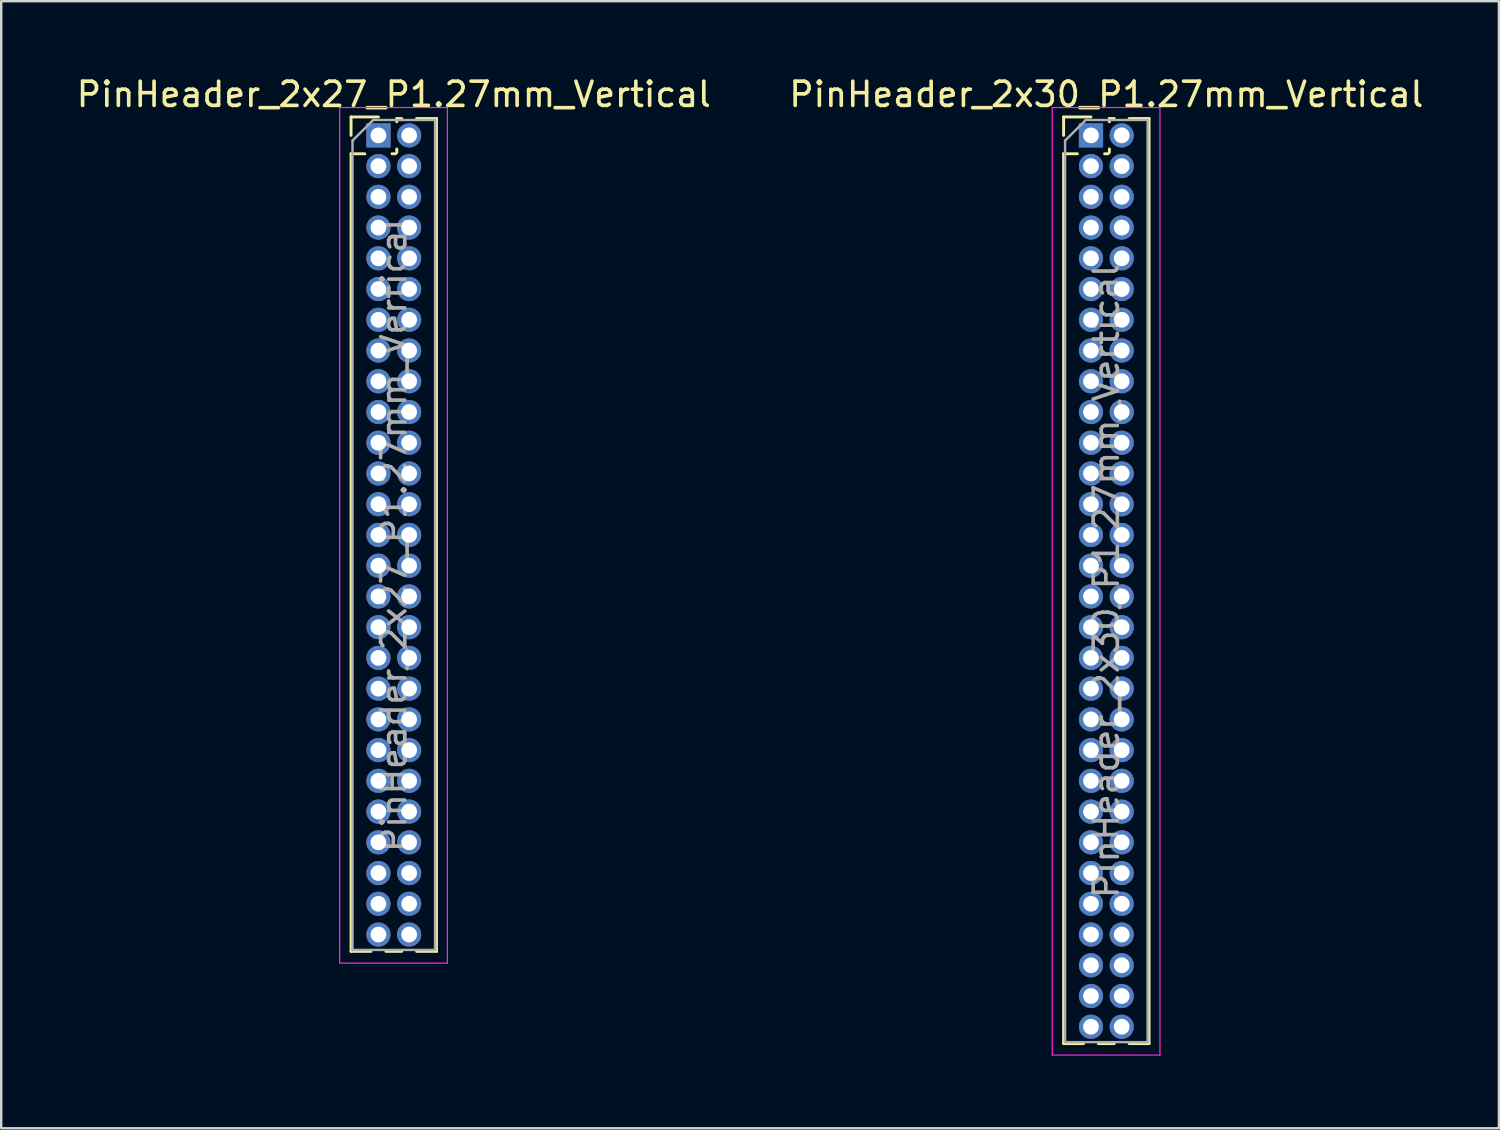
<source format=kicad_pcb>
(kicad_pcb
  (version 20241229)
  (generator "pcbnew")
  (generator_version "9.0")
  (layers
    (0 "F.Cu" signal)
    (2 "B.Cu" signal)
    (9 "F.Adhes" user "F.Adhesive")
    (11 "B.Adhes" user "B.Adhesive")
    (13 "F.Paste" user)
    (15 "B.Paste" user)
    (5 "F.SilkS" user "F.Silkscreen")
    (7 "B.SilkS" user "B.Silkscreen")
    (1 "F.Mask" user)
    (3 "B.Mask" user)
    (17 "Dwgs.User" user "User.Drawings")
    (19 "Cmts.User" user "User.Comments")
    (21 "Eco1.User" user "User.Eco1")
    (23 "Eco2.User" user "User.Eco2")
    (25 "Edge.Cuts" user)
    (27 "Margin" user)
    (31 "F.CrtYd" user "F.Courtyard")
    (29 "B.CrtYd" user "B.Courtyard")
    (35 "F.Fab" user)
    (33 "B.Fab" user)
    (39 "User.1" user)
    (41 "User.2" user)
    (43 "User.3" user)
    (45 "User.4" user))
  (footprint "PinHeader_2x30_P1.27mm_Vertical"
    (layer "F.Cu")
    (at 42.026 2.543)
    (property "Reference" "PinHeader_2x30_P1.27mm_Vertical" (at 0.635 -1.695 0) (layer "F.SilkS") (effects (font (size 1 1) (thickness 0.15))))
    (attr through_hole)
    (fp_line (start -1.13 -0.76) (end 0 -0.76) (stroke (width 0.12) (type solid)) (layer "F.SilkS"))
    (fp_line (start -1.13 0) (end -1.13 -0.76) (stroke (width 0.12) (type solid)) (layer "F.SilkS"))
    (fp_line (start -1.13 0.76) (end -1.13 37.525) (stroke (width 0.12) (type solid)) (layer "F.SilkS"))
    (fp_line (start -1.13 0.76) (end -0.563 0.76) (stroke (width 0.12) (type solid)) (layer "F.SilkS"))
    (fp_line (start -1.13 37.525) (end -0.308 37.525) (stroke (width 0.12) (type solid)) (layer "F.SilkS"))
    (fp_line (start 0.308 37.525) (end 0.962 37.525) (stroke (width 0.12) (type solid)) (layer "F.SilkS"))
    (fp_line (start 0.563 0.76) (end 0.707 0.76) (stroke (width 0.12) (type solid)) (layer "F.SilkS"))
    (fp_line (start 0.76 -0.695) (end 0.962 -0.695) (stroke (width 0.12) (type solid)) (layer "F.SilkS"))
    (fp_line (start 0.76 -0.563) (end 0.76 -0.695) (stroke (width 0.12) (type solid)) (layer "F.SilkS"))
    (fp_line (start 0.76 0.707) (end 0.76 0.563) (stroke (width 0.12) (type solid)) (layer "F.SilkS"))
    (fp_line (start 1.578 -0.695) (end 2.4 -0.695) (stroke (width 0.12) (type solid)) (layer "F.SilkS"))
    (fp_line (start 1.578 37.525) (end 2.4 37.525) (stroke (width 0.12) (type solid)) (layer "F.SilkS"))
    (fp_line (start 2.4 -0.695) (end 2.4 37.525) (stroke (width 0.12) (type solid)) (layer "F.SilkS"))
    (fp_line (start -1.6 -1.15) (end -1.6 38) (stroke (width 0.05) (type solid)) (layer "F.CrtYd"))
    (fp_line (start -1.6 38) (end 2.85 38) (stroke (width 0.05) (type solid)) (layer "F.CrtYd"))
    (fp_line (start 2.85 -1.15) (end -1.6 -1.15) (stroke (width 0.05) (type solid)) (layer "F.CrtYd"))
    (fp_line (start 2.85 38) (end 2.85 -1.15) (stroke (width 0.05) (type solid)) (layer "F.CrtYd"))
    (fp_line (start -1.07 0.217) (end -0.217 -0.635) (stroke (width 0.1) (type solid)) (layer "F.Fab"))
    (fp_line (start -1.07 37.465) (end -1.07 0.217) (stroke (width 0.1) (type solid)) (layer "F.Fab"))
    (fp_line (start -0.217 -0.635) (end 2.34 -0.635) (stroke (width 0.1) (type solid)) (layer "F.Fab"))
    (fp_line (start 2.34 -0.635) (end 2.34 37.465) (stroke (width 0.1) (type solid)) (layer "F.Fab"))
    (fp_line (start 2.34 37.465) (end -1.07 37.465) (stroke (width 0.1) (type solid)) (layer "F.Fab"))
    (fp_text user "${REFERENCE}" (at 0.635 18.415 90) (layer "F.Fab") (effects (font (size 1 1) (thickness 0.15))))
    (pad "1" thru_hole rect (at 0 0) (size 1 1) (drill 0.65) (layers "*.Cu" "*.Mask"))
    (pad "2" thru_hole oval (at 1.27 0) (size 1 1) (drill 0.65) (layers "*.Cu" "*.Mask"))
    (pad "3" thru_hole oval (at 0 1.27) (size 1 1) (drill 0.65) (layers "*.Cu" "*.Mask"))
    (pad "4" thru_hole oval (at 1.27 1.27) (size 1 1) (drill 0.65) (layers "*.Cu" "*.Mask"))
    (pad "5" thru_hole oval (at 0 2.54) (size 1 1) (drill 0.65) (layers "*.Cu" "*.Mask"))
    (pad "6" thru_hole oval (at 1.27 2.54) (size 1 1) (drill 0.65) (layers "*.Cu" "*.Mask"))
    (pad "7" thru_hole oval (at 0 3.81) (size 1 1) (drill 0.65) (layers "*.Cu" "*.Mask"))
    (pad "8" thru_hole oval (at 1.27 3.81) (size 1 1) (drill 0.65) (layers "*.Cu" "*.Mask"))
    (pad "9" thru_hole oval (at 0 5.08) (size 1 1) (drill 0.65) (layers "*.Cu" "*.Mask"))
    (pad "10" thru_hole oval (at 1.27 5.08) (size 1 1) (drill 0.65) (layers "*.Cu" "*.Mask"))
    (pad "11" thru_hole oval (at 0 6.35) (size 1 1) (drill 0.65) (layers "*.Cu" "*.Mask"))
    (pad "12" thru_hole oval (at 1.27 6.35) (size 1 1) (drill 0.65) (layers "*.Cu" "*.Mask"))
    (pad "13" thru_hole oval (at 0 7.62) (size 1 1) (drill 0.65) (layers "*.Cu" "*.Mask"))
    (pad "14" thru_hole oval (at 1.27 7.62) (size 1 1) (drill 0.65) (layers "*.Cu" "*.Mask"))
    (pad "15" thru_hole oval (at 0 8.89) (size 1 1) (drill 0.65) (layers "*.Cu" "*.Mask"))
    (pad "16" thru_hole oval (at 1.27 8.89) (size 1 1) (drill 0.65) (layers "*.Cu" "*.Mask"))
    (pad "17" thru_hole oval (at 0 10.16) (size 1 1) (drill 0.65) (layers "*.Cu" "*.Mask"))
    (pad "18" thru_hole oval (at 1.27 10.16) (size 1 1) (drill 0.65) (layers "*.Cu" "*.Mask"))
    (pad "19" thru_hole oval (at 0 11.43) (size 1 1) (drill 0.65) (layers "*.Cu" "*.Mask"))
    (pad "20" thru_hole oval (at 1.27 11.43) (size 1 1) (drill 0.65) (layers "*.Cu" "*.Mask"))
    (pad "21" thru_hole oval (at 0 12.7) (size 1 1) (drill 0.65) (layers "*.Cu" "*.Mask"))
    (pad "22" thru_hole oval (at 1.27 12.7) (size 1 1) (drill 0.65) (layers "*.Cu" "*.Mask"))
    (pad "23" thru_hole oval (at 0 13.97) (size 1 1) (drill 0.65) (layers "*.Cu" "*.Mask"))
    (pad "24" thru_hole oval (at 1.27 13.97) (size 1 1) (drill 0.65) (layers "*.Cu" "*.Mask"))
    (pad "25" thru_hole oval (at 0 15.24) (size 1 1) (drill 0.65) (layers "*.Cu" "*.Mask"))
    (pad "26" thru_hole oval (at 1.27 15.24) (size 1 1) (drill 0.65) (layers "*.Cu" "*.Mask"))
    (pad "27" thru_hole oval (at 0 16.51) (size 1 1) (drill 0.65) (layers "*.Cu" "*.Mask"))
    (pad "28" thru_hole oval (at 1.27 16.51) (size 1 1) (drill 0.65) (layers "*.Cu" "*.Mask"))
    (pad "29" thru_hole oval (at 0 17.78) (size 1 1) (drill 0.65) (layers "*.Cu" "*.Mask"))
    (pad "30" thru_hole oval (at 1.27 17.78) (size 1 1) (drill 0.65) (layers "*.Cu" "*.Mask"))
    (pad "31" thru_hole oval (at 0 19.05) (size 1 1) (drill 0.65) (layers "*.Cu" "*.Mask"))
    (pad "32" thru_hole oval (at 1.27 19.05) (size 1 1) (drill 0.65) (layers "*.Cu" "*.Mask"))
    (pad "33" thru_hole oval (at 0 20.32) (size 1 1) (drill 0.65) (layers "*.Cu" "*.Mask"))
    (pad "34" thru_hole oval (at 1.27 20.32) (size 1 1) (drill 0.65) (layers "*.Cu" "*.Mask"))
    (pad "35" thru_hole oval (at 0 21.59) (size 1 1) (drill 0.65) (layers "*.Cu" "*.Mask"))
    (pad "36" thru_hole oval (at 1.27 21.59) (size 1 1) (drill 0.65) (layers "*.Cu" "*.Mask"))
    (pad "37" thru_hole oval (at 0 22.86) (size 1 1) (drill 0.65) (layers "*.Cu" "*.Mask"))
    (pad "38" thru_hole oval (at 1.27 22.86) (size 1 1) (drill 0.65) (layers "*.Cu" "*.Mask"))
    (pad "39" thru_hole oval (at 0 24.13) (size 1 1) (drill 0.65) (layers "*.Cu" "*.Mask"))
    (pad "40" thru_hole oval (at 1.27 24.13) (size 1 1) (drill 0.65) (layers "*.Cu" "*.Mask"))
    (pad "41" thru_hole oval (at 0 25.4) (size 1 1) (drill 0.65) (layers "*.Cu" "*.Mask"))
    (pad "42" thru_hole oval (at 1.27 25.4) (size 1 1) (drill 0.65) (layers "*.Cu" "*.Mask"))
    (pad "43" thru_hole oval (at 0 26.67) (size 1 1) (drill 0.65) (layers "*.Cu" "*.Mask"))
    (pad "44" thru_hole oval (at 1.27 26.67) (size 1 1) (drill 0.65) (layers "*.Cu" "*.Mask"))
    (pad "45" thru_hole oval (at 0 27.94) (size 1 1) (drill 0.65) (layers "*.Cu" "*.Mask"))
    (pad "46" thru_hole oval (at 1.27 27.94) (size 1 1) (drill 0.65) (layers "*.Cu" "*.Mask"))
    (pad "47" thru_hole oval (at 0 29.21) (size 1 1) (drill 0.65) (layers "*.Cu" "*.Mask"))
    (pad "48" thru_hole oval (at 1.27 29.21) (size 1 1) (drill 0.65) (layers "*.Cu" "*.Mask"))
    (pad "49" thru_hole oval (at 0 30.48) (size 1 1) (drill 0.65) (layers "*.Cu" "*.Mask"))
    (pad "50" thru_hole oval (at 1.27 30.48) (size 1 1) (drill 0.65) (layers "*.Cu" "*.Mask"))
    (pad "51" thru_hole oval (at 0 31.75) (size 1 1) (drill 0.65) (layers "*.Cu" "*.Mask"))
    (pad "52" thru_hole oval (at 1.27 31.75) (size 1 1) (drill 0.65) (layers "*.Cu" "*.Mask"))
    (pad "53" thru_hole oval (at 0 33.02) (size 1 1) (drill 0.65) (layers "*.Cu" "*.Mask"))
    (pad "54" thru_hole oval (at 1.27 33.02) (size 1 1) (drill 0.65) (layers "*.Cu" "*.Mask"))
    (pad "55" thru_hole oval (at 0 34.29) (size 1 1) (drill 0.65) (layers "*.Cu" "*.Mask"))
    (pad "56" thru_hole oval (at 1.27 34.29) (size 1 1) (drill 0.65) (layers "*.Cu" "*.Mask"))
    (pad "57" thru_hole oval (at 0 35.56) (size 1 1) (drill 0.65) (layers "*.Cu" "*.Mask"))
    (pad "58" thru_hole oval (at 1.27 35.56) (size 1 1) (drill 0.65) (layers "*.Cu" "*.Mask"))
    (pad "59" thru_hole oval (at 0 36.83) (size 1 1) (drill 0.65) (layers "*.Cu" "*.Mask"))
    (pad "60" thru_hole oval (at 1.27 36.83) (size 1 1) (drill 0.65) (layers "*.Cu" "*.Mask")))
  (footprint "PinHeader_2x27_P1.27mm_Vertical"
    (layer "F.Cu")
    (at 12.585 2.543)
    (property "Reference" "PinHeader_2x27_P1.27mm_Vertical" (at 0.635 -1.695 0) (layer "F.SilkS") (effects (font (size 1 1) (thickness 0.15))))
    (attr through_hole)
    (fp_line (start -1.13 -0.76) (end 0 -0.76) (stroke (width 0.12) (type solid)) (layer "F.SilkS"))
    (fp_line (start -1.13 0) (end -1.13 -0.76) (stroke (width 0.12) (type solid)) (layer "F.SilkS"))
    (fp_line (start -1.13 0.76) (end -1.13 33.715) (stroke (width 0.12) (type solid)) (layer "F.SilkS"))
    (fp_line (start -1.13 0.76) (end -0.563 0.76) (stroke (width 0.12) (type solid)) (layer "F.SilkS"))
    (fp_line (start -1.13 33.715) (end -0.308 33.715) (stroke (width 0.12) (type solid)) (layer "F.SilkS"))
    (fp_line (start 0.308 33.715) (end 0.962 33.715) (stroke (width 0.12) (type solid)) (layer "F.SilkS"))
    (fp_line (start 0.563 0.76) (end 0.707 0.76) (stroke (width 0.12) (type solid)) (layer "F.SilkS"))
    (fp_line (start 0.76 -0.695) (end 0.962 -0.695) (stroke (width 0.12) (type solid)) (layer "F.SilkS"))
    (fp_line (start 0.76 -0.563) (end 0.76 -0.695) (stroke (width 0.12) (type solid)) (layer "F.SilkS"))
    (fp_line (start 0.76 0.707) (end 0.76 0.563) (stroke (width 0.12) (type solid)) (layer "F.SilkS"))
    (fp_line (start 1.578 -0.695) (end 2.4 -0.695) (stroke (width 0.12) (type solid)) (layer "F.SilkS"))
    (fp_line (start 1.578 33.715) (end 2.4 33.715) (stroke (width 0.12) (type solid)) (layer "F.SilkS"))
    (fp_line (start 2.4 -0.695) (end 2.4 33.715) (stroke (width 0.12) (type solid)) (layer "F.SilkS"))
    (fp_line (start -1.6 -1.15) (end -1.6 34.2) (stroke (width 0.05) (type solid)) (layer "F.CrtYd"))
    (fp_line (start -1.6 34.2) (end 2.85 34.2) (stroke (width 0.05) (type solid)) (layer "F.CrtYd"))
    (fp_line (start 2.85 -1.15) (end -1.6 -1.15) (stroke (width 0.05) (type solid)) (layer "F.CrtYd"))
    (fp_line (start 2.85 34.2) (end 2.85 -1.15) (stroke (width 0.05) (type solid)) (layer "F.CrtYd"))
    (fp_line (start -1.07 0.217) (end -0.217 -0.635) (stroke (width 0.1) (type solid)) (layer "F.Fab"))
    (fp_line (start -1.07 33.655) (end -1.07 0.217) (stroke (width 0.1) (type solid)) (layer "F.Fab"))
    (fp_line (start -0.217 -0.635) (end 2.34 -0.635) (stroke (width 0.1) (type solid)) (layer "F.Fab"))
    (fp_line (start 2.34 -0.635) (end 2.34 33.655) (stroke (width 0.1) (type solid)) (layer "F.Fab"))
    (fp_line (start 2.34 33.655) (end -1.07 33.655) (stroke (width 0.1) (type solid)) (layer "F.Fab"))
    (fp_text user "${REFERENCE}" (at 0.635 16.51 90) (layer "F.Fab") (effects (font (size 1 1) (thickness 0.15))))
    (pad "1" thru_hole rect (at 0 0) (size 1 1) (drill 0.65) (layers "*.Cu" "*.Mask"))
    (pad "2" thru_hole oval (at 1.27 0) (size 1 1) (drill 0.65) (layers "*.Cu" "*.Mask"))
    (pad "3" thru_hole oval (at 0 1.27) (size 1 1) (drill 0.65) (layers "*.Cu" "*.Mask"))
    (pad "4" thru_hole oval (at 1.27 1.27) (size 1 1) (drill 0.65) (layers "*.Cu" "*.Mask"))
    (pad "5" thru_hole oval (at 0 2.54) (size 1 1) (drill 0.65) (layers "*.Cu" "*.Mask"))
    (pad "6" thru_hole oval (at 1.27 2.54) (size 1 1) (drill 0.65) (layers "*.Cu" "*.Mask"))
    (pad "7" thru_hole oval (at 0 3.81) (size 1 1) (drill 0.65) (layers "*.Cu" "*.Mask"))
    (pad "8" thru_hole oval (at 1.27 3.81) (size 1 1) (drill 0.65) (layers "*.Cu" "*.Mask"))
    (pad "9" thru_hole oval (at 0 5.08) (size 1 1) (drill 0.65) (layers "*.Cu" "*.Mask"))
    (pad "10" thru_hole oval (at 1.27 5.08) (size 1 1) (drill 0.65) (layers "*.Cu" "*.Mask"))
    (pad "11" thru_hole oval (at 0 6.35) (size 1 1) (drill 0.65) (layers "*.Cu" "*.Mask"))
    (pad "12" thru_hole oval (at 1.27 6.35) (size 1 1) (drill 0.65) (layers "*.Cu" "*.Mask"))
    (pad "13" thru_hole oval (at 0 7.62) (size 1 1) (drill 0.65) (layers "*.Cu" "*.Mask"))
    (pad "14" thru_hole oval (at 1.27 7.62) (size 1 1) (drill 0.65) (layers "*.Cu" "*.Mask"))
    (pad "15" thru_hole oval (at 0 8.89) (size 1 1) (drill 0.65) (layers "*.Cu" "*.Mask"))
    (pad "16" thru_hole oval (at 1.27 8.89) (size 1 1) (drill 0.65) (layers "*.Cu" "*.Mask"))
    (pad "17" thru_hole oval (at 0 10.16) (size 1 1) (drill 0.65) (layers "*.Cu" "*.Mask"))
    (pad "18" thru_hole oval (at 1.27 10.16) (size 1 1) (drill 0.65) (layers "*.Cu" "*.Mask"))
    (pad "19" thru_hole oval (at 0 11.43) (size 1 1) (drill 0.65) (layers "*.Cu" "*.Mask"))
    (pad "20" thru_hole oval (at 1.27 11.43) (size 1 1) (drill 0.65) (layers "*.Cu" "*.Mask"))
    (pad "21" thru_hole oval (at 0 12.7) (size 1 1) (drill 0.65) (layers "*.Cu" "*.Mask"))
    (pad "22" thru_hole oval (at 1.27 12.7) (size 1 1) (drill 0.65) (layers "*.Cu" "*.Mask"))
    (pad "23" thru_hole oval (at 0 13.97) (size 1 1) (drill 0.65) (layers "*.Cu" "*.Mask"))
    (pad "24" thru_hole oval (at 1.27 13.97) (size 1 1) (drill 0.65) (layers "*.Cu" "*.Mask"))
    (pad "25" thru_hole oval (at 0 15.24) (size 1 1) (drill 0.65) (layers "*.Cu" "*.Mask"))
    (pad "26" thru_hole oval (at 1.27 15.24) (size 1 1) (drill 0.65) (layers "*.Cu" "*.Mask"))
    (pad "27" thru_hole oval (at 0 16.51) (size 1 1) (drill 0.65) (layers "*.Cu" "*.Mask"))
    (pad "28" thru_hole oval (at 1.27 16.51) (size 1 1) (drill 0.65) (layers "*.Cu" "*.Mask"))
    (pad "29" thru_hole oval (at 0 17.78) (size 1 1) (drill 0.65) (layers "*.Cu" "*.Mask"))
    (pad "30" thru_hole oval (at 1.27 17.78) (size 1 1) (drill 0.65) (layers "*.Cu" "*.Mask"))
    (pad "31" thru_hole oval (at 0 19.05) (size 1 1) (drill 0.65) (layers "*.Cu" "*.Mask"))
    (pad "32" thru_hole oval (at 1.27 19.05) (size 1 1) (drill 0.65) (layers "*.Cu" "*.Mask"))
    (pad "33" thru_hole oval (at 0 20.32) (size 1 1) (drill 0.65) (layers "*.Cu" "*.Mask"))
    (pad "34" thru_hole oval (at 1.27 20.32) (size 1 1) (drill 0.65) (layers "*.Cu" "*.Mask"))
    (pad "35" thru_hole oval (at 0 21.59) (size 1 1) (drill 0.65) (layers "*.Cu" "*.Mask"))
    (pad "36" thru_hole oval (at 1.27 21.59) (size 1 1) (drill 0.65) (layers "*.Cu" "*.Mask"))
    (pad "37" thru_hole oval (at 0 22.86) (size 1 1) (drill 0.65) (layers "*.Cu" "*.Mask"))
    (pad "38" thru_hole oval (at 1.27 22.86) (size 1 1) (drill 0.65) (layers "*.Cu" "*.Mask"))
    (pad "39" thru_hole oval (at 0 24.13) (size 1 1) (drill 0.65) (layers "*.Cu" "*.Mask"))
    (pad "40" thru_hole oval (at 1.27 24.13) (size 1 1) (drill 0.65) (layers "*.Cu" "*.Mask"))
    (pad "41" thru_hole oval (at 0 25.4) (size 1 1) (drill 0.65) (layers "*.Cu" "*.Mask"))
    (pad "42" thru_hole oval (at 1.27 25.4) (size 1 1) (drill 0.65) (layers "*.Cu" "*.Mask"))
    (pad "43" thru_hole oval (at 0 26.67) (size 1 1) (drill 0.65) (layers "*.Cu" "*.Mask"))
    (pad "44" thru_hole oval (at 1.27 26.67) (size 1 1) (drill 0.65) (layers "*.Cu" "*.Mask"))
    (pad "45" thru_hole oval (at 0 27.94) (size 1 1) (drill 0.65) (layers "*.Cu" "*.Mask"))
    (pad "46" thru_hole oval (at 1.27 27.94) (size 1 1) (drill 0.65) (layers "*.Cu" "*.Mask"))
    (pad "47" thru_hole oval (at 0 29.21) (size 1 1) (drill 0.65) (layers "*.Cu" "*.Mask"))
    (pad "48" thru_hole oval (at 1.27 29.21) (size 1 1) (drill 0.65) (layers "*.Cu" "*.Mask"))
    (pad "49" thru_hole oval (at 0 30.48) (size 1 1) (drill 0.65) (layers "*.Cu" "*.Mask"))
    (pad "50" thru_hole oval (at 1.27 30.48) (size 1 1) (drill 0.65) (layers "*.Cu" "*.Mask"))
    (pad "51" thru_hole oval (at 0 31.75) (size 1 1) (drill 0.65) (layers "*.Cu" "*.Mask"))
    (pad "52" thru_hole oval (at 1.27 31.75) (size 1 1) (drill 0.65) (layers "*.Cu" "*.Mask"))
    (pad "53" thru_hole oval (at 0 33.02) (size 1 1) (drill 0.65) (layers "*.Cu" "*.Mask"))
    (pad "54" thru_hole oval (at 1.27 33.02) (size 1 1) (drill 0.65) (layers "*.Cu" "*.Mask")))
  (gr_rect
    (start -3 -3)
    (end 58.881 43.568)
    (stroke (width 0.1) (type default))
    (fill no)
    (layer "Edge.Cuts")))
</source>
